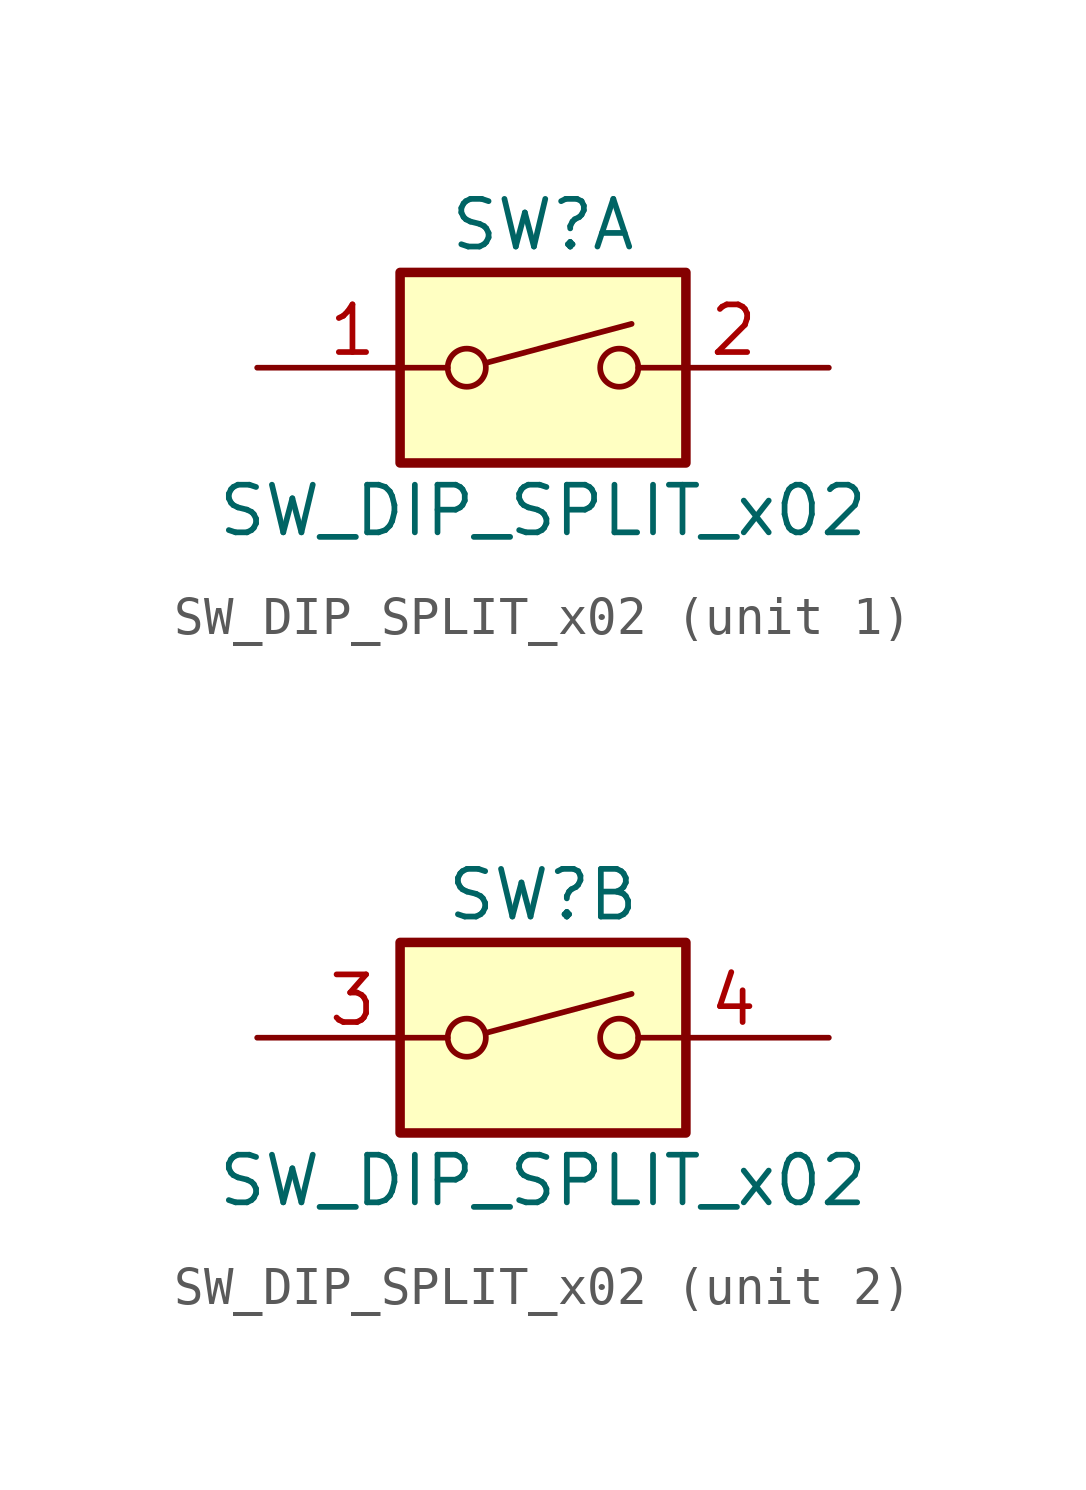
<source format=kicad_sym>
(kicad_symbol_lib
  (version 20201005)
  (generator kicad_symbol_editor)
  (symbol "dip_switches:SW_DIP_SPLIT_x02"
    (pin_names
      (offset 0) hide)
    (property "Reference" "SW"
      (at 0 3.81 0)
      (effects (font (size 1.27 1.27))))
    (property "Value" "SW_DIP_SPLIT_x02"
      (at 0 -3.81 0)
      (effects (font (size 1.27 1.27))))
    (symbol "SW_DIP_SPLIT_x02_0_0"
      (circle (center -2.032 0) (radius 0.508) (stroke (width 0)) (fill (type none)))
      (circle (center 2.032 0) (radius 0.508) (stroke (width 0)) (fill (type none)))
      (polyline (pts (xy -1.524 0.127) (xy 2.362 1.168)) (stroke (width 0)) (fill (type none))))
    (symbol "SW_DIP_SPLIT_x02_0_1"
      (rectangle (start -3.81 2.54) (end 3.81 -2.54) (stroke (width 0.254)) (fill (type background))))
    (symbol "SW_DIP_SPLIT_x02_1_1"
      (pin passive line (at -7.62 0 0) (length 5.08) (name "~" (effects (font (size 1.27 1.27)))) (number "1" (effects (font (size 1.27 1.27)))))
      (pin passive line (at 7.62 0 180) (length 5.08) (name "~" (effects (font (size 1.27 1.27)))) (number "2" (effects (font (size 1.27 1.27))))))
    (symbol "SW_DIP_SPLIT_x02_2_1"
      (pin passive line (at -7.62 0 0) (length 5.08) (name "~" (effects (font (size 1.27 1.27)))) (number "3" (effects (font (size 1.27 1.27)))))
      (pin passive line (at 7.62 0 180) (length 5.08) (name "~" (effects (font (size 1.27 1.27)))) (number "4" (effects (font (size 1.27 1.27))))))))
</source>
